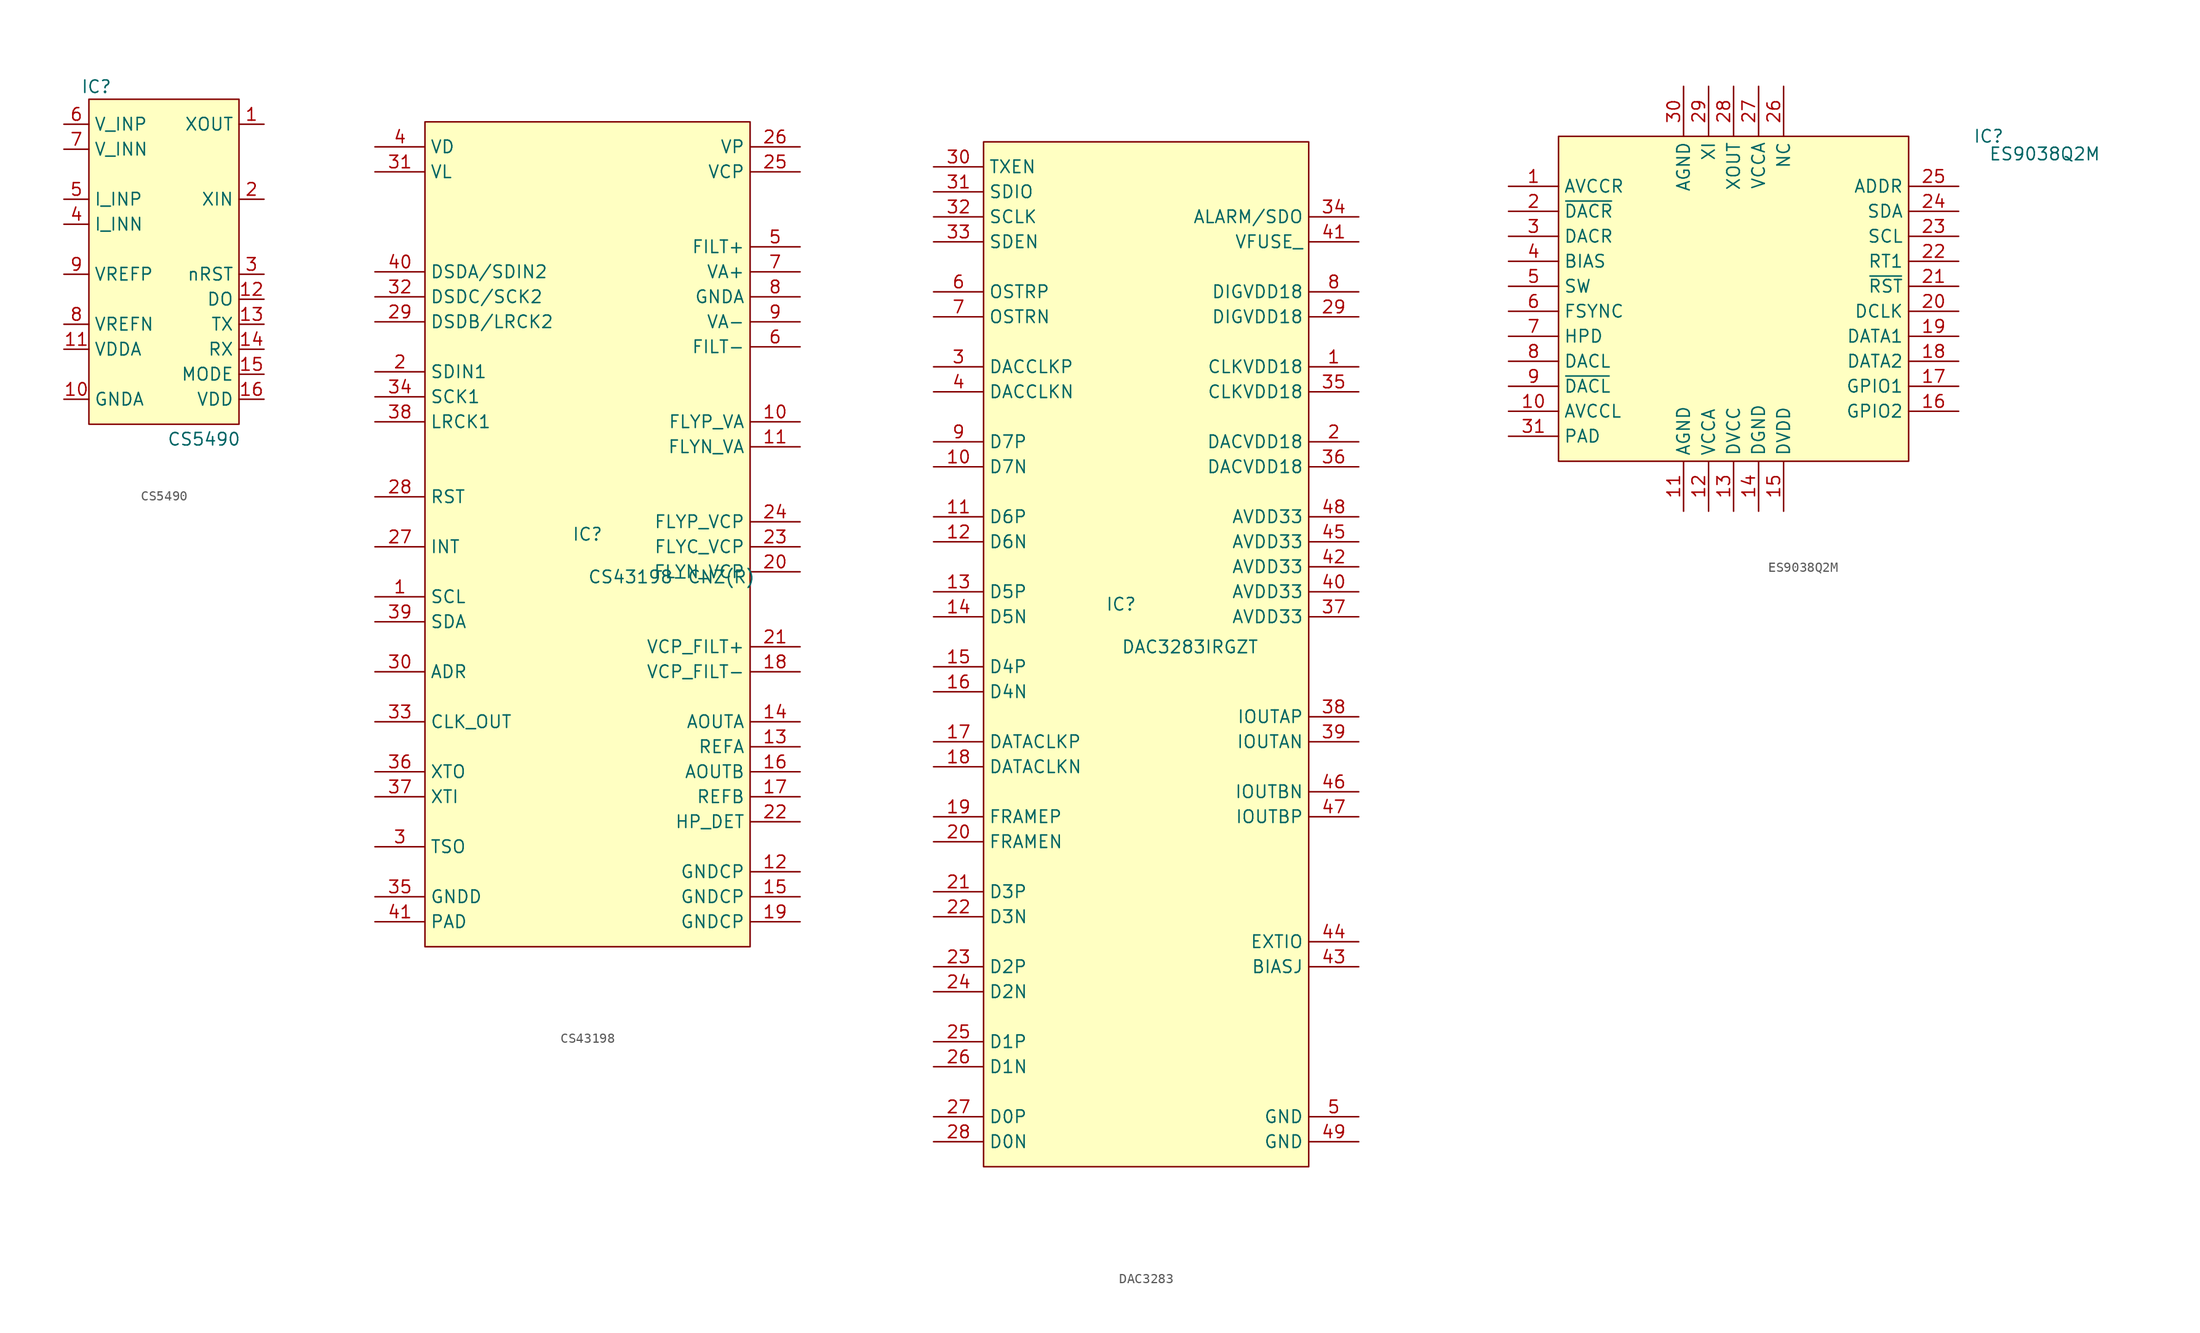
<source format=kicad_sym>
(kicad_symbol_lib
  (version 20231120)
  (generator "kicad_symbol_editor")
  (generator_version "8.0")
  (symbol "CS5490"
    (property "Reference" "IC"
      (at -6.858 13.97 0)
      (effects (font (size 1.27 1.27))))
    (property "Value" "CS5490"
      (at 4.064 -21.844 0)
      (effects (font (size 1.27 1.27))))
    (symbol "CS5490_1_0"
      (pin passive line (at -10.16 -17.78 0) (length 2.54) (name "GNDA" (effects (font (size 1.27 1.27)))) (number "10" (effects (font (size 1.27 1.27)))))
      (pin passive line (at -10.16 -12.7 0) (length 2.54) (name "VDDA" (effects (font (size 1.27 1.27)))) (number "11" (effects (font (size 1.27 1.27)))))
      (pin output line (at 10.16 -7.62 180) (length 2.54) (name "DO" (effects (font (size 1.27 1.27)))) (number "12" (effects (font (size 1.27 1.27)))))
      (pin output line (at 10.16 -10.16 180) (length 2.54) (name "TX" (effects (font (size 1.27 1.27)))) (number "13" (effects (font (size 1.27 1.27)))))
      (pin input line (at 10.16 -12.7 180) (length 2.54) (name "RX" (effects (font (size 1.27 1.27)))) (number "14" (effects (font (size 1.27 1.27)))))
      (pin input line (at 10.16 -15.24 180) (length 2.54) (name "MODE" (effects (font (size 1.27 1.27)))) (number "15" (effects (font (size 1.27 1.27)))))
      (pin input line (at 10.16 -17.78 180) (length 2.54) (name "VDD" (effects (font (size 1.27 1.27)))) (number "16" (effects (font (size 1.27 1.27)))))
      (pin input line (at -10.16 10.16 0) (length 2.54) (name "V_INP" (effects (font (size 1.27 1.27)))) (number "6" (effects (font (size 1.27 1.27)))))
      (pin input line (at -10.16 7.62 0) (length 2.54) (name "V_INN" (effects (font (size 1.27 1.27)))) (number "7" (effects (font (size 1.27 1.27)))))
      (pin passive line (at -10.16 -10.16 0) (length 2.54) (name "VREFN" (effects (font (size 1.27 1.27)))) (number "8" (effects (font (size 1.27 1.27)))))
      (pin passive line (at -10.16 -5.08 0) (length 2.54) (name "VREFP" (effects (font (size 1.27 1.27)))) (number "9" (effects (font (size 1.27 1.27))))))
    (symbol "CS5490_1_1"
      (rectangle (start -7.62 12.7) (end 7.62 -20.32) (stroke (width 0) (type default)) (fill (type background)))
      (pin passive line (at 10.16 10.16 180) (length 2.54) (name "XOUT" (effects (font (size 1.27 1.27)))) (number "1" (effects (font (size 1.27 1.27)))))
      (pin passive line (at 10.16 2.54 180) (length 2.54) (name "XIN" (effects (font (size 1.27 1.27)))) (number "2" (effects (font (size 1.27 1.27)))))
      (pin input line (at 10.16 -5.08 180) (length 2.54) (name "nRST" (effects (font (size 1.27 1.27)))) (number "3" (effects (font (size 1.27 1.27)))))
      (pin input line (at -10.16 0 0) (length 2.54) (name "I_INN" (effects (font (size 1.27 1.27)))) (number "4" (effects (font (size 1.27 1.27)))))
      (pin input line (at -10.16 2.54 0) (length 2.54) (name "I_INP" (effects (font (size 1.27 1.27)))) (number "5" (effects (font (size 1.27 1.27)))))))
  (symbol "CS43198"
    (property "Reference" "IC"
      (at -1.27 1.27 0)
      (effects (font (size 1.27 1.27))))
    (property "Value" "CS43198-CNZ(R)"
      (at -1.27 -3.81 0)
      (effects (font (size 1.27 1.27)) (justify left bottom)))
    (symbol "CS43198_1_0"
      (rectangle (start -17.78 43.18) (end 15.24 -40.64) (stroke (width 0) (type solid) (color 128 0 0 1)) (fill (type background)))
      (pin input line (at -22.86 -5.08 0) (length 5.08) (name "SCL" (effects (font (size 1.27 1.27)))) (number "1" (effects (font (size 1.27 1.27)))))
      (pin passive line (at 20.32 12.7 180) (length 5.08) (name "FLYP_VA" (effects (font (size 1.27 1.27)))) (number "10" (effects (font (size 1.27 1.27)))))
      (pin passive line (at 20.32 10.16 180) (length 5.08) (name "FLYN_VA" (effects (font (size 1.27 1.27)))) (number "11" (effects (font (size 1.27 1.27)))))
      (pin passive line (at 20.32 -33.02 180) (length 5.08) (name "GNDCP" (effects (font (size 1.27 1.27)))) (number "12" (effects (font (size 1.27 1.27)))))
      (pin passive line (at 20.32 -20.32 180) (length 5.08) (name "REFA" (effects (font (size 1.27 1.27)))) (number "13" (effects (font (size 1.27 1.27)))))
      (pin passive line (at 20.32 -17.78 180) (length 5.08) (name "AOUTA" (effects (font (size 1.27 1.27)))) (number "14" (effects (font (size 1.27 1.27)))))
      (pin passive line (at 20.32 -35.56 180) (length 5.08) (name "GNDCP" (effects (font (size 1.27 1.27)))) (number "15" (effects (font (size 1.27 1.27)))))
      (pin passive line (at 20.32 -22.86 180) (length 5.08) (name "AOUTB" (effects (font (size 1.27 1.27)))) (number "16" (effects (font (size 1.27 1.27)))))
      (pin passive line (at 20.32 -25.4 180) (length 5.08) (name "REFB" (effects (font (size 1.27 1.27)))) (number "17" (effects (font (size 1.27 1.27)))))
      (pin passive line (at 20.32 -12.7 180) (length 5.08) (name "VCP_FILT-" (effects (font (size 1.27 1.27)))) (number "18" (effects (font (size 1.27 1.27)))))
      (pin passive line (at 20.32 -38.1 180) (length 5.08) (name "GNDCP" (effects (font (size 1.27 1.27)))) (number "19" (effects (font (size 1.27 1.27)))))
      (pin input line (at -22.86 17.78 0) (length 5.08) (name "SDIN1" (effects (font (size 1.27 1.27)))) (number "2" (effects (font (size 1.27 1.27)))))
      (pin passive line (at 20.32 -2.54 180) (length 5.08) (name "FLYN_VCP" (effects (font (size 1.27 1.27)))) (number "20" (effects (font (size 1.27 1.27)))))
      (pin passive line (at 20.32 -10.16 180) (length 5.08) (name "VCP_FILT+" (effects (font (size 1.27 1.27)))) (number "21" (effects (font (size 1.27 1.27)))))
      (pin input line (at 20.32 -27.94 180) (length 5.08) (name "HP_DET" (effects (font (size 1.27 1.27)))) (number "22" (effects (font (size 1.27 1.27)))))
      (pin passive line (at 20.32 0 180) (length 5.08) (name "FLYC_VCP" (effects (font (size 1.27 1.27)))) (number "23" (effects (font (size 1.27 1.27)))))
      (pin passive line (at 20.32 2.54 180) (length 5.08) (name "FLYP_VCP" (effects (font (size 1.27 1.27)))) (number "24" (effects (font (size 1.27 1.27)))))
      (pin passive line (at 20.32 38.1 180) (length 5.08) (name "VCP" (effects (font (size 1.27 1.27)))) (number "25" (effects (font (size 1.27 1.27)))))
      (pin passive line (at 20.32 40.64 180) (length 5.08) (name "VP" (effects (font (size 1.27 1.27)))) (number "26" (effects (font (size 1.27 1.27)))))
      (pin output line (at -22.86 0 0) (length 5.08) (name "INT" (effects (font (size 1.27 1.27)))) (number "27" (effects (font (size 1.27 1.27)))))
      (pin input line (at -22.86 5.08 0) (length 5.08) (name "RST" (effects (font (size 1.27 1.27)))) (number "28" (effects (font (size 1.27 1.27)))))
      (pin bidirectional line (at -22.86 22.86 0) (length 5.08) (name "DSDB/LRCK2" (effects (font (size 1.27 1.27)))) (number "29" (effects (font (size 1.27 1.27)))))
      (pin bidirectional line (at -22.86 -30.48 0) (length 5.08) (name "TSO" (effects (font (size 1.27 1.27)))) (number "3" (effects (font (size 1.27 1.27)))))
      (pin input line (at -22.86 -12.7 0) (length 5.08) (name "ADR" (effects (font (size 1.27 1.27)))) (number "30" (effects (font (size 1.27 1.27)))))
      (pin passive line (at -22.86 38.1 0) (length 5.08) (name "VL" (effects (font (size 1.27 1.27)))) (number "31" (effects (font (size 1.27 1.27)))))
      (pin bidirectional line (at -22.86 25.4 0) (length 5.08) (name "DSDC/SCK2" (effects (font (size 1.27 1.27)))) (number "32" (effects (font (size 1.27 1.27)))))
      (pin output line (at -22.86 -17.78 0) (length 5.08) (name "CLK_OUT" (effects (font (size 1.27 1.27)))) (number "33" (effects (font (size 1.27 1.27)))))
      (pin bidirectional line (at -22.86 15.24 0) (length 5.08) (name "SCK1" (effects (font (size 1.27 1.27)))) (number "34" (effects (font (size 1.27 1.27)))))
      (pin passive line (at -22.86 -35.56 0) (length 5.08) (name "GNDD" (effects (font (size 1.27 1.27)))) (number "35" (effects (font (size 1.27 1.27)))))
      (pin output line (at -22.86 -22.86 0) (length 5.08) (name "XTO" (effects (font (size 1.27 1.27)))) (number "36" (effects (font (size 1.27 1.27)))))
      (pin input line (at -22.86 -25.4 0) (length 5.08) (name "XTI" (effects (font (size 1.27 1.27)))) (number "37" (effects (font (size 1.27 1.27)))))
      (pin bidirectional line (at -22.86 12.7 0) (length 5.08) (name "LRCK1" (effects (font (size 1.27 1.27)))) (number "38" (effects (font (size 1.27 1.27)))))
      (pin bidirectional line (at -22.86 -7.62 0) (length 5.08) (name "SDA" (effects (font (size 1.27 1.27)))) (number "39" (effects (font (size 1.27 1.27)))))
      (pin passive line (at -22.86 40.64 0) (length 5.08) (name "VD" (effects (font (size 1.27 1.27)))) (number "4" (effects (font (size 1.27 1.27)))))
      (pin input line (at -22.86 27.94 0) (length 5.08) (name "DSDA/SDIN2" (effects (font (size 1.27 1.27)))) (number "40" (effects (font (size 1.27 1.27)))))
      (pin passive line (at -22.86 -38.1 0) (length 5.08) (name "PAD" (effects (font (size 1.27 1.27)))) (number "41" (effects (font (size 1.27 1.27)))))
      (pin passive line (at 20.32 30.48 180) (length 5.08) (name "FILT+" (effects (font (size 1.27 1.27)))) (number "5" (effects (font (size 1.27 1.27)))))
      (pin passive line (at 20.32 20.32 180) (length 5.08) (name "FILT-" (effects (font (size 1.27 1.27)))) (number "6" (effects (font (size 1.27 1.27)))))
      (pin passive line (at 20.32 27.94 180) (length 5.08) (name "VA+" (effects (font (size 1.27 1.27)))) (number "7" (effects (font (size 1.27 1.27)))))
      (pin passive line (at 20.32 25.4 180) (length 5.08) (name "GNDA" (effects (font (size 1.27 1.27)))) (number "8" (effects (font (size 1.27 1.27)))))
      (pin passive line (at 20.32 22.86 180) (length 5.08) (name "VA-" (effects (font (size 1.27 1.27)))) (number "9" (effects (font (size 1.27 1.27)))))))
  (symbol "DAC3283"
    (property "Reference" "IC"
      (at -1.27 1.27 0)
      (effects (font (size 1.27 1.27))))
    (property "Value" "DAC3283IRGZT"
      (at -1.27 -3.81 0)
      (effects (font (size 1.27 1.27)) (justify left bottom)))
    (symbol "DAC3283_1_0"
      (rectangle (start -15.24 48.26) (end 17.78 -55.88) (stroke (width 0) (type solid) (color 128 0 0 1)) (fill (type background)))
      (pin passive line (at 22.86 25.4 180) (length 5.08) (name "CLKVDD18" (effects (font (size 1.27 1.27)))) (number "1" (effects (font (size 1.27 1.27)))))
      (pin input line (at -20.32 15.24 0) (length 5.08) (name "D7N" (effects (font (size 1.27 1.27)))) (number "10" (effects (font (size 1.27 1.27)))))
      (pin input line (at -20.32 10.16 0) (length 5.08) (name "D6P" (effects (font (size 1.27 1.27)))) (number "11" (effects (font (size 1.27 1.27)))))
      (pin input line (at -20.32 7.62 0) (length 5.08) (name "D6N" (effects (font (size 1.27 1.27)))) (number "12" (effects (font (size 1.27 1.27)))))
      (pin input line (at -20.32 2.54 0) (length 5.08) (name "D5P" (effects (font (size 1.27 1.27)))) (number "13" (effects (font (size 1.27 1.27)))))
      (pin input line (at -20.32 0 0) (length 5.08) (name "D5N" (effects (font (size 1.27 1.27)))) (number "14" (effects (font (size 1.27 1.27)))))
      (pin input line (at -20.32 -5.08 0) (length 5.08) (name "D4P" (effects (font (size 1.27 1.27)))) (number "15" (effects (font (size 1.27 1.27)))))
      (pin input line (at -20.32 -7.62 0) (length 5.08) (name "D4N" (effects (font (size 1.27 1.27)))) (number "16" (effects (font (size 1.27 1.27)))))
      (pin input line (at -20.32 -12.7 0) (length 5.08) (name "DATACLKP" (effects (font (size 1.27 1.27)))) (number "17" (effects (font (size 1.27 1.27)))))
      (pin input line (at -20.32 -15.24 0) (length 5.08) (name "DATACLKN" (effects (font (size 1.27 1.27)))) (number "18" (effects (font (size 1.27 1.27)))))
      (pin input line (at -20.32 -20.32 0) (length 5.08) (name "FRAMEP" (effects (font (size 1.27 1.27)))) (number "19" (effects (font (size 1.27 1.27)))))
      (pin passive line (at 22.86 17.78 180) (length 5.08) (name "DACVDD18" (effects (font (size 1.27 1.27)))) (number "2" (effects (font (size 1.27 1.27)))))
      (pin input line (at -20.32 -22.86 0) (length 5.08) (name "FRAMEN" (effects (font (size 1.27 1.27)))) (number "20" (effects (font (size 1.27 1.27)))))
      (pin input line (at -20.32 -27.94 0) (length 5.08) (name "D3P" (effects (font (size 1.27 1.27)))) (number "21" (effects (font (size 1.27 1.27)))))
      (pin input line (at -20.32 -30.48 0) (length 5.08) (name "D3N" (effects (font (size 1.27 1.27)))) (number "22" (effects (font (size 1.27 1.27)))))
      (pin input line (at -20.32 -35.56 0) (length 5.08) (name "D2P" (effects (font (size 1.27 1.27)))) (number "23" (effects (font (size 1.27 1.27)))))
      (pin input line (at -20.32 -38.1 0) (length 5.08) (name "D2N" (effects (font (size 1.27 1.27)))) (number "24" (effects (font (size 1.27 1.27)))))
      (pin input line (at -20.32 -43.18 0) (length 5.08) (name "D1P" (effects (font (size 1.27 1.27)))) (number "25" (effects (font (size 1.27 1.27)))))
      (pin input line (at -20.32 -45.72 0) (length 5.08) (name "D1N" (effects (font (size 1.27 1.27)))) (number "26" (effects (font (size 1.27 1.27)))))
      (pin input line (at -20.32 -50.8 0) (length 5.08) (name "D0P" (effects (font (size 1.27 1.27)))) (number "27" (effects (font (size 1.27 1.27)))))
      (pin input line (at -20.32 -53.34 0) (length 5.08) (name "D0N" (effects (font (size 1.27 1.27)))) (number "28" (effects (font (size 1.27 1.27)))))
      (pin passive line (at 22.86 30.48 180) (length 5.08) (name "DIGVDD18" (effects (font (size 1.27 1.27)))) (number "29" (effects (font (size 1.27 1.27)))))
      (pin input line (at -20.32 25.4 0) (length 5.08) (name "DACCLKP" (effects (font (size 1.27 1.27)))) (number "3" (effects (font (size 1.27 1.27)))))
      (pin input line (at -20.32 45.72 0) (length 5.08) (name "TXEN" (effects (font (size 1.27 1.27)))) (number "30" (effects (font (size 1.27 1.27)))))
      (pin bidirectional line (at -20.32 43.18 0) (length 5.08) (name "SDIO" (effects (font (size 1.27 1.27)))) (number "31" (effects (font (size 1.27 1.27)))))
      (pin input line (at -20.32 40.64 0) (length 5.08) (name "SCLK" (effects (font (size 1.27 1.27)))) (number "32" (effects (font (size 1.27 1.27)))))
      (pin input line (at -20.32 38.1 0) (length 5.08) (name "SDEN" (effects (font (size 1.27 1.27)))) (number "33" (effects (font (size 1.27 1.27)))))
      (pin output line (at 22.86 40.64 180) (length 5.08) (name "ALARM/SDO" (effects (font (size 1.27 1.27)))) (number "34" (effects (font (size 1.27 1.27)))))
      (pin passive line (at 22.86 22.86 180) (length 5.08) (name "CLKVDD18" (effects (font (size 1.27 1.27)))) (number "35" (effects (font (size 1.27 1.27)))))
      (pin passive line (at 22.86 15.24 180) (length 5.08) (name "DACVDD18" (effects (font (size 1.27 1.27)))) (number "36" (effects (font (size 1.27 1.27)))))
      (pin passive line (at 22.86 0 180) (length 5.08) (name "AVDD33" (effects (font (size 1.27 1.27)))) (number "37" (effects (font (size 1.27 1.27)))))
      (pin output line (at 22.86 -10.16 180) (length 5.08) (name "IOUTAP" (effects (font (size 1.27 1.27)))) (number "38" (effects (font (size 1.27 1.27)))))
      (pin output line (at 22.86 -12.7 180) (length 5.08) (name "IOUTAN" (effects (font (size 1.27 1.27)))) (number "39" (effects (font (size 1.27 1.27)))))
      (pin input line (at -20.32 22.86 0) (length 5.08) (name "DACCLKN" (effects (font (size 1.27 1.27)))) (number "4" (effects (font (size 1.27 1.27)))))
      (pin passive line (at 22.86 2.54 180) (length 5.08) (name "AVDD33" (effects (font (size 1.27 1.27)))) (number "40" (effects (font (size 1.27 1.27)))))
      (pin input line (at 22.86 38.1 180) (length 5.08) (name "VFUSE_" (effects (font (size 1.27 1.27)))) (number "41" (effects (font (size 1.27 1.27)))))
      (pin passive line (at 22.86 5.08 180) (length 5.08) (name "AVDD33" (effects (font (size 1.27 1.27)))) (number "42" (effects (font (size 1.27 1.27)))))
      (pin output line (at 22.86 -35.56 180) (length 5.08) (name "BIASJ" (effects (font (size 1.27 1.27)))) (number "43" (effects (font (size 1.27 1.27)))))
      (pin passive line (at 22.86 -33.02 180) (length 5.08) (name "EXTIO" (effects (font (size 1.27 1.27)))) (number "44" (effects (font (size 1.27 1.27)))))
      (pin passive line (at 22.86 7.62 180) (length 5.08) (name "AVDD33" (effects (font (size 1.27 1.27)))) (number "45" (effects (font (size 1.27 1.27)))))
      (pin output line (at 22.86 -17.78 180) (length 5.08) (name "IOUTBN" (effects (font (size 1.27 1.27)))) (number "46" (effects (font (size 1.27 1.27)))))
      (pin output line (at 22.86 -20.32 180) (length 5.08) (name "IOUTBP" (effects (font (size 1.27 1.27)))) (number "47" (effects (font (size 1.27 1.27)))))
      (pin passive line (at 22.86 10.16 180) (length 5.08) (name "AVDD33" (effects (font (size 1.27 1.27)))) (number "48" (effects (font (size 1.27 1.27)))))
      (pin passive line (at 22.86 -53.34 180) (length 5.08) (name "GND" (effects (font (size 1.27 1.27)))) (number "49" (effects (font (size 1.27 1.27)))))
      (pin passive line (at 22.86 -50.8 180) (length 5.08) (name "GND" (effects (font (size 1.27 1.27)))) (number "5" (effects (font (size 1.27 1.27)))))
      (pin input line (at -20.32 33.02 0) (length 5.08) (name "OSTRP" (effects (font (size 1.27 1.27)))) (number "6" (effects (font (size 1.27 1.27)))))
      (pin input line (at -20.32 30.48 0) (length 5.08) (name "OSTRN" (effects (font (size 1.27 1.27)))) (number "7" (effects (font (size 1.27 1.27)))))
      (pin passive line (at 22.86 33.02 180) (length 5.08) (name "DIGVDD18" (effects (font (size 1.27 1.27)))) (number "8" (effects (font (size 1.27 1.27)))))
      (pin input line (at -20.32 17.78 0) (length 5.08) (name "D7P" (effects (font (size 1.27 1.27)))) (number "9" (effects (font (size 1.27 1.27)))))))
  (symbol "ES9038Q2M"
    (property "Reference" "IC"
      (at 25.908 17.78 0)
      (effects (font (size 1.27 1.27))))
    (property "Value" "ES9038Q2M"
      (at 25.908 15.24 0)
      (effects (font (size 1.27 1.27)) (justify left bottom)))
    (symbol "ES9038Q2M_1_0"
      (rectangle (start -17.78 17.78) (end 17.78 -15.24) (stroke (width 0) (type solid) (color 128 0 0 1)) (fill (type background)))
      (pin passive line (at -22.86 12.7 0) (length 5.08) (name "AVCCR" (effects (font (size 1.27 1.27)))) (number "1" (effects (font (size 1.27 1.27)))))
      (pin passive line (at -22.86 -10.16 0) (length 5.08) (name "AVCCL" (effects (font (size 1.27 1.27)))) (number "10" (effects (font (size 1.27 1.27)))))
      (pin power_in line (at -5.08 -20.32 90) (length 5.08) (name "AGND" (effects (font (size 1.27 1.27)))) (number "11" (effects (font (size 1.27 1.27)))))
      (pin power_in line (at -2.54 -20.32 90) (length 5.08) (name "VCCA" (effects (font (size 1.27 1.27)))) (number "12" (effects (font (size 1.27 1.27)))))
      (pin power_in line (at 0 -20.32 90) (length 5.08) (name "DVCC" (effects (font (size 1.27 1.27)))) (number "13" (effects (font (size 1.27 1.27)))))
      (pin passive line (at 2.54 -20.32 90) (length 5.08) (name "DGND" (effects (font (size 1.27 1.27)))) (number "14" (effects (font (size 1.27 1.27)))))
      (pin passive line (at 5.08 -20.32 90) (length 5.08) (name "DVDD" (effects (font (size 1.27 1.27)))) (number "15" (effects (font (size 1.27 1.27)))))
      (pin bidirectional line (at 22.86 -10.16 180) (length 5.08) (name "GPIO2" (effects (font (size 1.27 1.27)))) (number "16" (effects (font (size 1.27 1.27)))))
      (pin bidirectional line (at 22.86 -7.62 180) (length 5.08) (name "GPIO1" (effects (font (size 1.27 1.27)))) (number "17" (effects (font (size 1.27 1.27)))))
      (pin input line (at 22.86 -5.08 180) (length 5.08) (name "DATA2" (effects (font (size 1.27 1.27)))) (number "18" (effects (font (size 1.27 1.27)))))
      (pin bidirectional line (at 22.86 -2.54 180) (length 5.08) (name "DATA1" (effects (font (size 1.27 1.27)))) (number "19" (effects (font (size 1.27 1.27)))))
      (pin output line (at -22.86 10.16 0) (length 5.08) (name "~{DACR}" (effects (font (size 1.27 1.27)))) (number "2" (effects (font (size 1.27 1.27)))))
      (pin bidirectional line (at 22.86 0 180) (length 5.08) (name "DCLK" (effects (font (size 1.27 1.27)))) (number "20" (effects (font (size 1.27 1.27)))))
      (pin input line (at 22.86 2.54 180) (length 5.08) (name "~{RST}" (effects (font (size 1.27 1.27)))) (number "21" (effects (font (size 1.27 1.27)))))
      (pin tri_state line (at 22.86 5.08 180) (length 5.08) (name "RT1" (effects (font (size 1.27 1.27)))) (number "22" (effects (font (size 1.27 1.27)))))
      (pin input line (at 22.86 7.62 180) (length 5.08) (name "SCL" (effects (font (size 1.27 1.27)))) (number "23" (effects (font (size 1.27 1.27)))))
      (pin bidirectional line (at 22.86 10.16 180) (length 5.08) (name "SDA" (effects (font (size 1.27 1.27)))) (number "24" (effects (font (size 1.27 1.27)))))
      (pin input line (at 22.86 12.7 180) (length 5.08) (name "ADDR" (effects (font (size 1.27 1.27)))) (number "25" (effects (font (size 1.27 1.27)))))
      (pin passive line (at 5.08 22.86 270) (length 5.08) (name "NC" (effects (font (size 1.27 1.27)))) (number "26" (effects (font (size 1.27 1.27)))))
      (pin open_collector line (at 2.54 22.86 270) (length 5.08) (name "VCCA" (effects (font (size 1.27 1.27)))) (number "27" (effects (font (size 1.27 1.27)))))
      (pin output line (at 0 22.86 270) (length 5.08) (name "XOUT" (effects (font (size 1.27 1.27)))) (number "28" (effects (font (size 1.27 1.27)))))
      (pin input line (at -2.54 22.86 270) (length 5.08) (name "XI" (effects (font (size 1.27 1.27)))) (number "29" (effects (font (size 1.27 1.27)))))
      (pin output line (at -22.86 7.62 0) (length 5.08) (name "DACR" (effects (font (size 1.27 1.27)))) (number "3" (effects (font (size 1.27 1.27)))))
      (pin passive line (at -5.08 22.86 270) (length 5.08) (name "AGND" (effects (font (size 1.27 1.27)))) (number "30" (effects (font (size 1.27 1.27)))))
      (pin passive line (at -22.86 -12.7 0) (length 5.08) (name "PAD" (effects (font (size 1.27 1.27)))) (number "31" (effects (font (size 1.27 1.27)))))
      (pin output line (at -22.86 5.08 0) (length 5.08) (name "BIAS" (effects (font (size 1.27 1.27)))) (number "4" (effects (font (size 1.27 1.27)))))
      (pin output line (at -22.86 2.54 0) (length 5.08) (name "SW" (effects (font (size 1.27 1.27)))) (number "5" (effects (font (size 1.27 1.27)))))
      (pin output line (at -22.86 0 0) (length 5.08) (name "FSYNC" (effects (font (size 1.27 1.27)))) (number "6" (effects (font (size 1.27 1.27)))))
      (pin output line (at -22.86 -2.54 0) (length 5.08) (name "HPD" (effects (font (size 1.27 1.27)))) (number "7" (effects (font (size 1.27 1.27)))))
      (pin output line (at -22.86 -5.08 0) (length 5.08) (name "DACL" (effects (font (size 1.27 1.27)))) (number "8" (effects (font (size 1.27 1.27)))))
      (pin output line (at -22.86 -7.62 0) (length 5.08) (name "~{DACL}" (effects (font (size 1.27 1.27)))) (number "9" (effects (font (size 1.27 1.27))))))))
</source>
